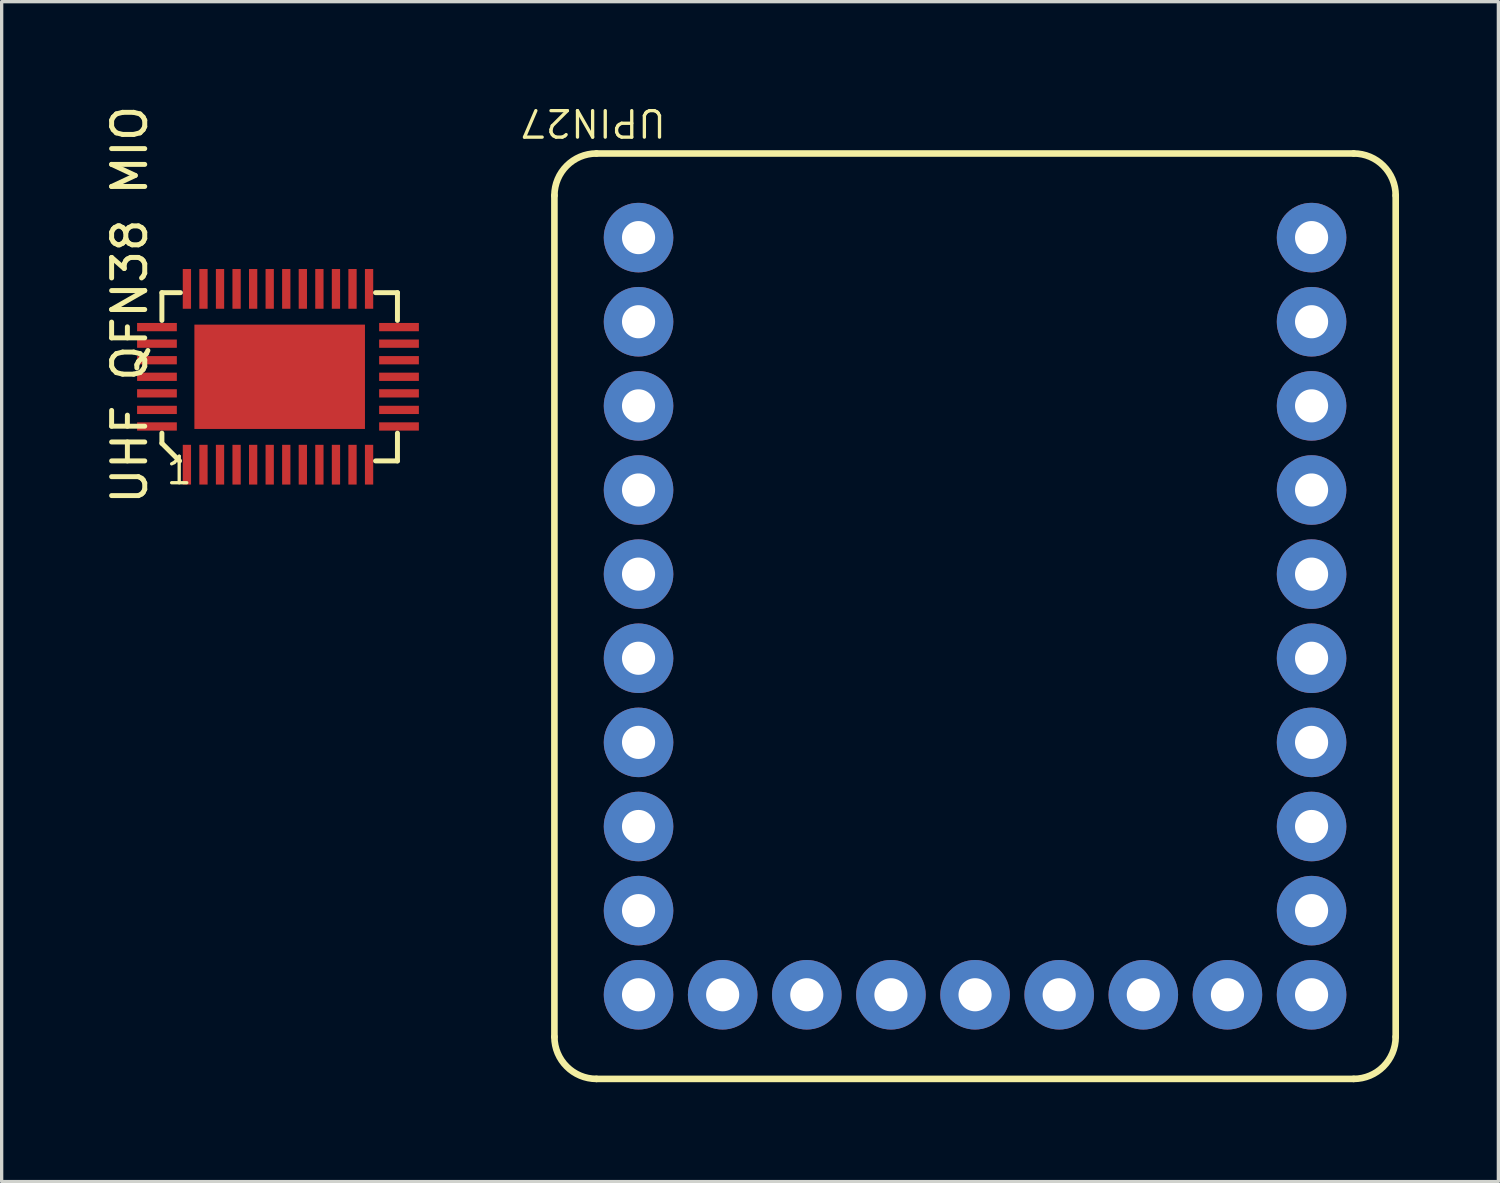
<source format=kicad_pcb>
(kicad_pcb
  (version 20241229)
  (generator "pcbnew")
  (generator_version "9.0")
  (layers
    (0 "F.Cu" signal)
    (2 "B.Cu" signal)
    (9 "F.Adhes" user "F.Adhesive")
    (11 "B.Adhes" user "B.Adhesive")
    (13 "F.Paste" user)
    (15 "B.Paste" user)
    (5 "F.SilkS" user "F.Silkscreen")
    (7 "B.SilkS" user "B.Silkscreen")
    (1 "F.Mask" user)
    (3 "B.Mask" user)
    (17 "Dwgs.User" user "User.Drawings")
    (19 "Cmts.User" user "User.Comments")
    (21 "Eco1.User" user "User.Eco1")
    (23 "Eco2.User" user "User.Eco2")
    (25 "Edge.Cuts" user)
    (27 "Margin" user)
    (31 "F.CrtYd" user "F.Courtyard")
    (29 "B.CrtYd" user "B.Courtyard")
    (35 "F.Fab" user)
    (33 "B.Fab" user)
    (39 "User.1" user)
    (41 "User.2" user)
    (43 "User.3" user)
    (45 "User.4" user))
  (footprint "UPIN27"
    (layer "F.Cu")
    (at 16.229 4.124)
    (property "Reference" "UPIN27" (at 0.889 -3.937 180) (unlocked yes) (layer "F.SilkS") (effects (font (size 0.8 0.8) (thickness 0.1)) (justify left bottom)))
    (fp_line (start -2.54 24.13) (end -2.54 -1.27) (stroke (width 0.2) (type solid)) (layer "F.SilkS"))
    (fp_line (start 21.59 -2.54) (end -1.27 -2.54) (stroke (width 0.2) (type solid)) (layer "F.SilkS"))
    (fp_line (start 21.59 25.4) (end -1.27 25.4) (stroke (width 0.2) (type solid)) (layer "F.SilkS"))
    (fp_line (start 22.86 24.13) (end 22.86 -1.27) (stroke (width 0.2) (type solid)) (layer "F.SilkS"))
    (fp_arc (start -2.54 -1.27) (mid -2.168026 -2.168026) (end -1.27 -2.54) (stroke (width 0.2) (type solid)) (layer "F.SilkS"))
    (fp_arc (start -1.27 25.4) (mid -2.168026 25.028026) (end -2.54 24.13) (stroke (width 0.2) (type solid)) (layer "F.SilkS"))
    (fp_arc (start 21.59 -2.54001) (mid 22.488026 -2.168036) (end 22.86 -1.27001) (stroke (width 0.2) (type solid)) (layer "F.SilkS"))
    (fp_arc (start 22.86 24.13) (mid 22.488026 25.028026) (end 21.59 25.4) (stroke (width 0.2) (type solid)) (layer "F.SilkS"))
    (pad "1" thru_hole circle (at 0 0 90) (size 2.1 2.1) (drill 1) (layers "*.Cu" "*.Mask"))
    (pad "2" thru_hole circle (at 0 2.54 90) (size 2.1 2.1) (drill 1) (layers "*.Cu" "*.Mask"))
    (pad "3" thru_hole circle (at 0 5.08 90) (size 2.1 2.1) (drill 1) (layers "*.Cu" "*.Mask"))
    (pad "4" thru_hole circle (at 0 7.62 90) (size 2.1 2.1) (drill 1) (layers "*.Cu" "*.Mask"))
    (pad "5" thru_hole circle (at 0 10.16 90) (size 2.1 2.1) (drill 1) (layers "*.Cu" "*.Mask"))
    (pad "6" thru_hole circle (at 0 12.7 90) (size 2.1 2.1) (drill 1) (layers "*.Cu" "*.Mask"))
    (pad "7" thru_hole circle (at 0 15.24 90) (size 2.1 2.1) (drill 1) (layers "*.Cu" "*.Mask"))
    (pad "8" thru_hole circle (at 0 17.78 90) (size 2.1 2.1) (drill 1) (layers "*.Cu" "*.Mask"))
    (pad "9" thru_hole circle (at 0 20.32 90) (size 2.1 2.1) (drill 1) (layers "*.Cu" "*.Mask"))
    (pad "10" thru_hole circle (at 0 22.86 90) (size 2.1 2.1) (drill 1) (layers "*.Cu" "*.Mask"))
    (pad "11" thru_hole circle (at 2.54 22.86 90) (size 2.1 2.1) (drill 1) (layers "*.Cu" "*.Mask"))
    (pad "12" thru_hole circle (at 5.08 22.86 90) (size 2.1 2.1) (drill 1) (layers "*.Cu" "*.Mask"))
    (pad "13" thru_hole circle (at 7.62 22.86 90) (size 2.1 2.1) (drill 1) (layers "*.Cu" "*.Mask"))
    (pad "14" thru_hole circle (at 10.16 22.86 90) (size 2.1 2.1) (drill 1) (layers "*.Cu" "*.Mask"))
    (pad "15" thru_hole circle (at 12.7 22.86 90) (size 2.1 2.1) (drill 1) (layers "*.Cu" "*.Mask"))
    (pad "16" thru_hole circle (at 15.24 22.86 90) (size 2.1 2.1) (drill 1) (layers "*.Cu" "*.Mask"))
    (pad "17" thru_hole circle (at 17.78 22.86 90) (size 2.1 2.1) (drill 1) (layers "*.Cu" "*.Mask"))
    (pad "18" thru_hole circle (at 20.32 22.86 90) (size 2.1 2.1) (drill 1) (layers "*.Cu" "*.Mask"))
    (pad "19" thru_hole circle (at 20.32 20.32 90) (size 2.1 2.1) (drill 1) (layers "*.Cu" "*.Mask"))
    (pad "20" thru_hole circle (at 20.32 17.78 90) (size 2.1 2.1) (drill 1) (layers "*.Cu" "*.Mask"))
    (pad "21" thru_hole circle (at 20.32 15.24 90) (size 2.1 2.1) (drill 1) (layers "*.Cu" "*.Mask"))
    (pad "22" thru_hole circle (at 20.32 12.7 90) (size 2.1 2.1) (drill 1) (layers "*.Cu" "*.Mask"))
    (pad "23" thru_hole circle (at 20.32 10.16 90) (size 2.1 2.1) (drill 1) (layers "*.Cu" "*.Mask"))
    (pad "24" thru_hole circle (at 20.32 7.62 90) (size 2.1 2.1) (drill 1) (layers "*.Cu" "*.Mask"))
    (pad "25" thru_hole circle (at 20.32 5.08 90) (size 2.1 2.1) (drill 1) (layers "*.Cu" "*.Mask"))
    (pad "26" thru_hole circle (at 20.32 2.54 90) (size 2.1 2.1) (drill 1) (layers "*.Cu" "*.Mask"))
    (pad "27" thru_hole circle (at 20.32 0 90) (size 2.1 2.1) (drill 1) (layers "*.Cu" "*.Mask")))
  (footprint "UHF QFN38 MIO"
    (layer "F.Cu")
    (at 2.593 10.98)
    (property "Reference" "UHF QFN38 MIO" (at -1.143 1.27 90) (unlocked yes) (layer "F.SilkS") (effects (font (size 1 1) (thickness 0.15)) (justify left bottom)))
    (fp_line (start -0.755 -4.356) (end -0.755 -5.194) (stroke (width 0.15) (type solid)) (layer "F.SilkS"))
    (fp_line (start -0.755 -0.647) (end -0.755 -0.952) (stroke (width 0.15) (type solid)) (layer "F.SilkS"))
    (fp_line (start -0.222 -0.114) (end -0.755 -0.647) (stroke (width 0.15) (type solid)) (layer "F.SilkS"))
    (fp_line (start -0.196 -5.194) (end -0.755 -5.194) (stroke (width 0.15) (type solid)) (layer "F.SilkS"))
    (fp_line (start 6.357 -5.194) (end 5.696 -5.194) (stroke (width 0.15) (type solid)) (layer "F.SilkS"))
    (fp_line (start 6.357 -4.356) (end 6.357 -5.194) (stroke (width 0.15) (type solid)) (layer "F.SilkS"))
    (fp_line (start 6.357 -0.114) (end 5.696 -0.114) (stroke (width 0.15) (type solid)) (layer "F.SilkS"))
    (fp_line (start 6.357 -0.114) (end 6.357 -0.952) (stroke (width 0.15) (type solid)) (layer "F.SilkS"))
    (fp_text user "1" (at -0.679 0.648 0) (unlocked yes) (layer "F.SilkS") (effects (font (size 0.8 0.8) (thickness 0.1)) (justify left bottom)))
    (pad "1" smd rect (at 0 0 180) (size 0.25 1.2) (layers "F.Cu" "F.Mask" "F.Paste"))
    (pad "2" smd rect (at 0.5 0 180) (size 0.25 1.2) (layers "F.Cu" "F.Mask" "F.Paste"))
    (pad "3" smd rect (at 1 0 180) (size 0.25 1.2) (layers "F.Cu" "F.Mask" "F.Paste"))
    (pad "4" smd rect (at 1.5 0 180) (size 0.25 1.2) (layers "F.Cu" "F.Mask" "F.Paste"))
    (pad "5" smd rect (at 2 0 180) (size 0.25 1.2) (layers "F.Cu" "F.Mask" "F.Paste"))
    (pad "6" smd rect (at 2.5 0 180) (size 0.25 1.2) (layers "F.Cu" "F.Mask" "F.Paste"))
    (pad "7" smd rect (at 3 0 180) (size 0.25 1.2) (layers "F.Cu" "F.Mask" "F.Paste"))
    (pad "8" smd rect (at 3.5 0 180) (size 0.25 1.2) (layers "F.Cu" "F.Mask" "F.Paste"))
    (pad "9" smd rect (at 4 0 180) (size 0.25 1.2) (layers "F.Cu" "F.Mask" "F.Paste"))
    (pad "10" smd rect (at 4.5 0 180) (size 0.25 1.2) (layers "F.Cu" "F.Mask" "F.Paste"))
    (pad "11" smd rect (at 5 0 180) (size 0.25 1.2) (layers "F.Cu" "F.Mask" "F.Paste"))
    (pad "12" smd rect (at 5.5 0 180) (size 0.25 1.2) (layers "F.Cu" "F.Mask" "F.Paste"))
    (pad "13" smd rect (at 6.404 -1.154 90) (size 0.25 1.2) (layers "F.Cu" "F.Mask" "F.Paste"))
    (pad "14" smd rect (at 6.404 -1.654 90) (size 0.25 1.2) (layers "F.Cu" "F.Mask" "F.Paste"))
    (pad "15" smd rect (at 6.404 -2.154 90) (size 0.25 1.2) (layers "F.Cu" "F.Mask" "F.Paste"))
    (pad "16" smd rect (at 6.404 -2.654 90) (size 0.25 1.2) (layers "F.Cu" "F.Mask" "F.Paste"))
    (pad "17" smd rect (at 6.404 -3.154 90) (size 0.25 1.2) (layers "F.Cu" "F.Mask" "F.Paste"))
    (pad "18" smd rect (at 6.404 -3.654 90) (size 0.25 1.2) (layers "F.Cu" "F.Mask" "F.Paste"))
    (pad "19" smd rect (at 6.404 -4.154 90) (size 0.25 1.2) (layers "F.Cu" "F.Mask" "F.Paste"))
    (pad "20" smd rect (at 5.5 -5.308 180) (size 0.25 1.2) (layers "F.Cu" "F.Mask" "F.Paste"))
    (pad "21" smd rect (at 5 -5.308 180) (size 0.25 1.2) (layers "F.Cu" "F.Mask" "F.Paste"))
    (pad "22" smd rect (at 4.5 -5.308 180) (size 0.25 1.2) (layers "F.Cu" "F.Mask" "F.Paste"))
    (pad "23" smd rect (at 4 -5.308 180) (size 0.25 1.2) (layers "F.Cu" "F.Mask" "F.Paste"))
    (pad "24" smd rect (at 3.5 -5.308 180) (size 0.25 1.2) (layers "F.Cu" "F.Mask" "F.Paste"))
    (pad "25" smd rect (at 3 -5.308 180) (size 0.25 1.2) (layers "F.Cu" "F.Mask" "F.Paste"))
    (pad "26" smd rect (at 2.5 -5.308 180) (size 0.25 1.2) (layers "F.Cu" "F.Mask" "F.Paste"))
    (pad "27" smd rect (at 2 -5.308 180) (size 0.25 1.2) (layers "F.Cu" "F.Mask" "F.Paste"))
    (pad "28" smd rect (at 1.5 -5.308 180) (size 0.25 1.2) (layers "F.Cu" "F.Mask" "F.Paste"))
    (pad "29" smd rect (at 1 -5.308 180) (size 0.25 1.2) (layers "F.Cu" "F.Mask" "F.Paste"))
    (pad "30" smd rect (at 0.5 -5.308 180) (size 0.25 1.2) (layers "F.Cu" "F.Mask" "F.Paste"))
    (pad "31" smd rect (at -0.00001 -5.308 180) (size 0.25 1.2) (layers "F.Cu" "F.Mask" "F.Paste"))
    (pad "32" smd rect (at -0.904 -4.154 90) (size 0.25 1.2) (layers "F.Cu" "F.Mask" "F.Paste"))
    (pad "33" smd rect (at -0.904 -3.654 90) (size 0.25 1.2) (layers "F.Cu" "F.Mask" "F.Paste"))
    (pad "34" smd rect (at -0.904 -3.154 90) (size 0.25 1.2) (layers "F.Cu" "F.Mask" "F.Paste"))
    (pad "35" smd rect (at -0.904 -2.654 90) (size 0.25 1.2) (layers "F.Cu" "F.Mask" "F.Paste"))
    (pad "36" smd rect (at -0.904 -2.154 90) (size 0.25 1.2) (layers "F.Cu" "F.Mask" "F.Paste"))
    (pad "37" smd rect (at -0.904 -1.654 90) (size 0.25 1.2) (layers "F.Cu" "F.Mask" "F.Paste"))
    (pad "38" smd rect (at -0.904 -1.154 90) (size 0.25 1.2) (layers "F.Cu" "F.Mask" "F.Paste"))
    (pad "39" smd rect (at 2.801 -2.654) (size 5.15 3.15) (layers "F.Cu" "F.Mask" "F.Paste")))
  (gr_rect
    (start -3 -3)
    (end 42.189 32.624)
    (stroke (width 0.1) (type default))
    (fill no)
    (layer "Edge.Cuts")))
</source>
